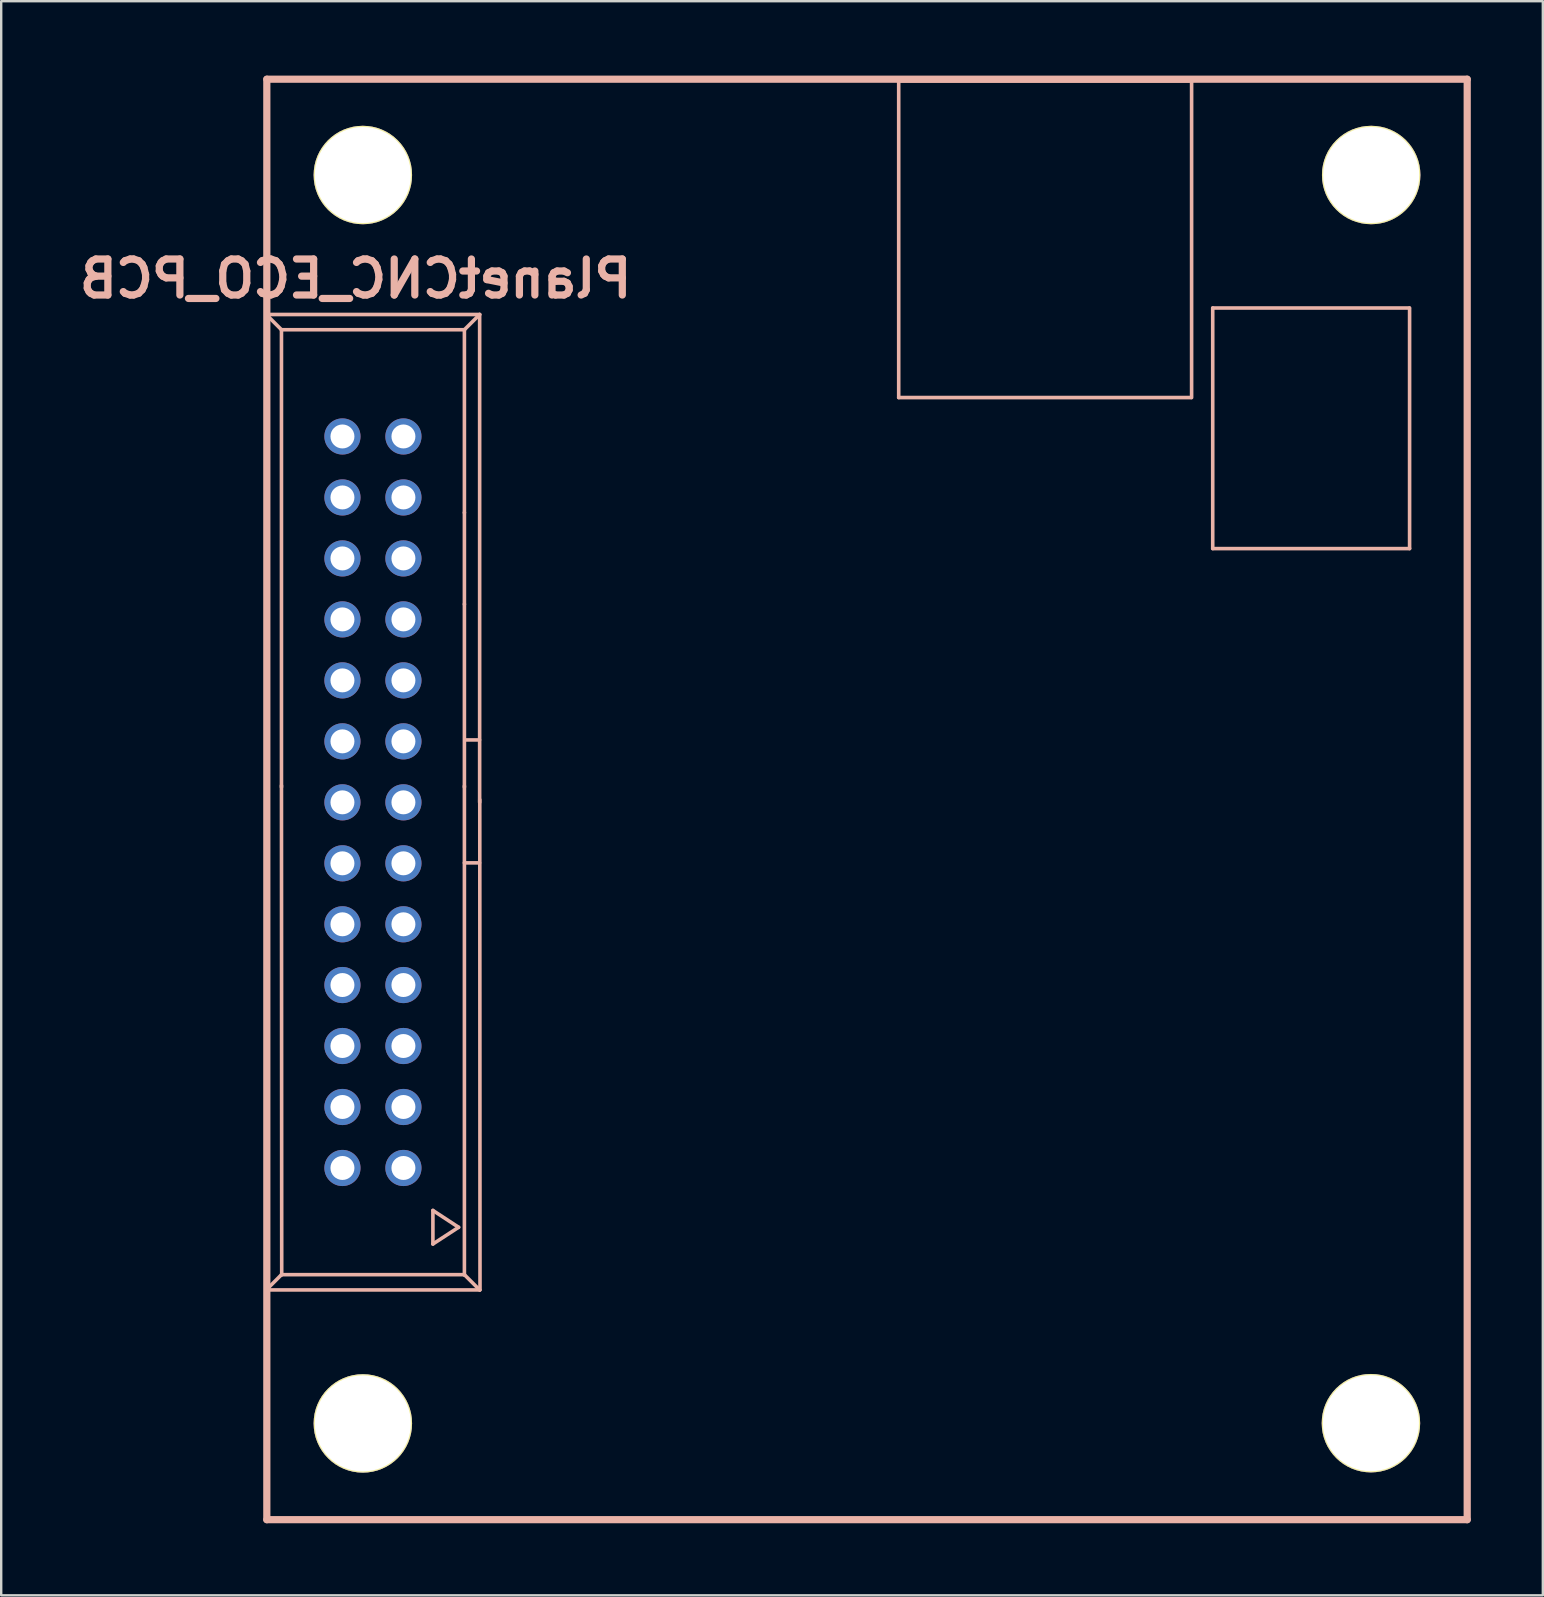
<source format=kicad_pcb>
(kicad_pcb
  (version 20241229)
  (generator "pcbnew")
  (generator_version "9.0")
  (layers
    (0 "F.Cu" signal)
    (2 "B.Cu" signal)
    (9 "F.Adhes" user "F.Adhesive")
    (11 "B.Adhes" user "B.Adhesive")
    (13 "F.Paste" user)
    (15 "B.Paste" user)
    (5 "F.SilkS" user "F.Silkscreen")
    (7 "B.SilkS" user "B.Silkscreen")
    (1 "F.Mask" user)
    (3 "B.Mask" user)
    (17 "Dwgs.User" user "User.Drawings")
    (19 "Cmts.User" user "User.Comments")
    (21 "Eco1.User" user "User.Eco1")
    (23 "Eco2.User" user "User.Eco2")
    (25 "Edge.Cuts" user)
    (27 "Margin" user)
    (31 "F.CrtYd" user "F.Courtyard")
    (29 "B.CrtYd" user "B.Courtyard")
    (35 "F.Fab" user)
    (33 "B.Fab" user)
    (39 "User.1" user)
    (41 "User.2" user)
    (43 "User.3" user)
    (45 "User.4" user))
  (footprint "PlanetCNC_ECO_PCB"
    (layer "F.Cu")
    (at 8.064 0.25)
    (property "Reference" "PlanetCNC_ECO_PCB" (at 3.7 8.31 0) (layer "B.SilkS") (effects (font (size 1.5 1.5) (thickness 0.3)) (justify mirror)))
    (attr exclude_from_pos_files exclude_from_bom)
    (fp_line (start -0.03 9.79) (end -0.03 50.43) (stroke (width 0.15) (type solid)) (layer "B.SilkS"))
    (fp_line (start -0.025 9.8) (end 8.865 9.8) (stroke (width 0.15) (type solid)) (layer "B.SilkS"))
    (fp_line (start -0.025 50.43) (end 8.865 50.43) (stroke (width 0.15) (type solid)) (layer "B.SilkS"))
    (fp_line (start 0 0) (end 0 60) (stroke (width 0.3) (type solid)) (layer "B.SilkS"))
    (fp_line (start 0 0) (end 50 0) (stroke (width 0.3) (type solid)) (layer "B.SilkS"))
    (fp_line (start 0 60) (end 50 60) (stroke (width 0.3) (type solid)) (layer "B.SilkS"))
    (fp_line (start 0.61 10.435) (end -0.025 9.8) (stroke (width 0.15) (type solid)) (layer "B.SilkS"))
    (fp_line (start 0.61 10.435) (end 0.61 29.485) (stroke (width 0.15) (type solid)) (layer "B.SilkS"))
    (fp_line (start 0.61 29.42) (end 0.62 49.8) (stroke (width 0.15) (type solid)) (layer "B.SilkS"))
    (fp_line (start 0.61 49.795) (end -0.025 50.43) (stroke (width 0.15) (type solid)) (layer "B.SilkS"))
    (fp_line (start 0.61 49.795) (end 8.23 49.795) (stroke (width 0.15) (type solid)) (layer "B.SilkS"))
    (fp_line (start 6.918 47.119) (end 6.918 48.518) (stroke (width 0.15) (type solid)) (layer "B.SilkS"))
    (fp_line (start 6.918 48.518) (end 7.988 47.82) (stroke (width 0.15) (type solid)) (layer "B.SilkS"))
    (fp_line (start 7.988 47.82) (end 6.918 47.119) (stroke (width 0.15) (type solid)) (layer "B.SilkS"))
    (fp_line (start 8.23 10.435) (end 0.61 10.435) (stroke (width 0.15) (type solid)) (layer "B.SilkS"))
    (fp_line (start 8.23 10.435) (end 8.865 9.8) (stroke (width 0.15) (type solid)) (layer "B.SilkS"))
    (fp_line (start 8.23 18.05) (end 8.23 21.87) (stroke (width 0.15) (type solid)) (layer "B.SilkS"))
    (fp_line (start 8.23 18.055) (end 8.23 10.435) (stroke (width 0.15) (type solid)) (layer "B.SilkS"))
    (fp_line (start 8.23 29.44) (end 8.23 49.81) (stroke (width 0.15) (type solid)) (layer "B.SilkS"))
    (fp_line (start 8.23 29.485) (end 8.23 21.865) (stroke (width 0.15) (type solid)) (layer "B.SilkS"))
    (fp_line (start 8.23 32.64) (end 8.86 32.64) (stroke (width 0.15) (type solid)) (layer "B.SilkS"))
    (fp_line (start 8.23 49.795) (end 8.865 50.43) (stroke (width 0.15) (type solid)) (layer "B.SilkS"))
    (fp_line (start 8.25 27.52) (end 8.86 27.52) (stroke (width 0.15) (type solid)) (layer "B.SilkS"))
    (fp_line (start 8.865 30.12) (end 8.865 9.8) (stroke (width 0.15) (type solid)) (layer "B.SilkS"))
    (fp_line (start 8.87 30.01) (end 8.88 50.43) (stroke (width 0.15) (type solid)) (layer "B.SilkS"))
    (fp_line (start 26.32 0.07) (end 38.52 0.07) (stroke (width 0.15) (type solid)) (layer "B.SilkS"))
    (fp_line (start 26.32 13.26) (end 26.32 0.06) (stroke (width 0.15) (type solid)) (layer "B.SilkS"))
    (fp_line (start 26.32 13.26) (end 38.5 13.26) (stroke (width 0.15) (type solid)) (layer "B.SilkS"))
    (fp_line (start 38.52 0.07) (end 38.52 13.26) (stroke (width 0.15) (type solid)) (layer "B.SilkS"))
    (fp_line (start 39.4 9.53) (end 39.4 19.55) (stroke (width 0.15) (type solid)) (layer "B.SilkS"))
    (fp_line (start 39.4 19.55) (end 47.6 19.55) (stroke (width 0.15) (type solid)) (layer "B.SilkS"))
    (fp_line (start 47.59 9.53) (end 39.4 9.53) (stroke (width 0.15) (type solid)) (layer "B.SilkS"))
    (fp_line (start 47.6 19.55) (end 47.6 9.53) (stroke (width 0.15) (type solid)) (layer "B.SilkS"))
    (fp_line (start 50 0) (end 50 60) (stroke (width 0.3) (type solid)) (layer "B.SilkS"))
    (pad "" thru_hole circle (at 4 3.99) (size 4.1 4.1) (drill 4) (layers "*.Cu" "*.Mask" "F.SilkS"))
    (pad "" thru_hole circle (at 4 55.99) (size 4.1 4.1) (drill 4) (layers "*.Cu" "*.Mask" "F.SilkS"))
    (pad "" thru_hole circle (at 45.99 55.98) (size 4.1 4.1) (drill 4) (layers "*.Cu" "*.Mask" "F.SilkS"))
    (pad "" thru_hole circle (at 46 3.99) (size 4.1 4.1) (drill 4) (layers "*.Cu" "*.Mask" "F.SilkS"))
    (pad "1" thru_hole circle (at 5.69 45.35 90) (size 1.506 1.506) (drill 0.998) (layers "*.Cu" "*.Mask"))
    (pad "2" thru_hole circle (at 5.69 42.81 90) (size 1.506 1.506) (drill 0.998) (layers "*.Cu" "*.Mask"))
    (pad "3" thru_hole circle (at 5.69 40.27 90) (size 1.506 1.506) (drill 0.998) (layers "*.Cu" "*.Mask"))
    (pad "4" thru_hole circle (at 5.69 37.73 90) (size 1.506 1.506) (drill 0.998) (layers "*.Cu" "*.Mask"))
    (pad "5" thru_hole circle (at 5.69 35.2 90) (size 1.506 1.506) (drill 0.998) (layers "*.Cu" "*.Mask"))
    (pad "6" thru_hole circle (at 5.69 32.66 90) (size 1.506 1.506) (drill 0.998) (layers "*.Cu" "*.Mask"))
    (pad "7" thru_hole circle (at 5.69 30.12 90) (size 1.506 1.506) (drill 0.998) (layers "*.Cu" "*.Mask"))
    (pad "8" thru_hole circle (at 5.69 27.58 90) (size 1.506 1.506) (drill 0.998) (layers "*.Cu" "*.Mask"))
    (pad "9" thru_hole circle (at 5.69 25.04 90) (size 1.506 1.506) (drill 0.998) (layers "*.Cu" "*.Mask"))
    (pad "10" thru_hole circle (at 5.69 22.5 90) (size 1.506 1.506) (drill 0.998) (layers "*.Cu" "*.Mask"))
    (pad "11" thru_hole circle (at 5.69 19.96 90) (size 1.506 1.506) (drill 0.998) (layers "*.Cu" "*.Mask"))
    (pad "12" thru_hole circle (at 5.69 17.42 90) (size 1.506 1.506) (drill 0.998) (layers "*.Cu" "*.Mask"))
    (pad "13" thru_hole circle (at 5.69 14.88 90) (size 1.506 1.506) (drill 0.998) (layers "*.Cu" "*.Mask"))
    (pad "14" thru_hole circle (at 3.15 45.35 90) (size 1.506 1.506) (drill 0.998) (layers "*.Cu" "*.Mask"))
    (pad "15" thru_hole circle (at 3.15 42.81 90) (size 1.506 1.506) (drill 0.998) (layers "*.Cu" "*.Mask"))
    (pad "16" thru_hole circle (at 3.15 40.27 90) (size 1.506 1.506) (drill 0.998) (layers "*.Cu" "*.Mask"))
    (pad "17" thru_hole circle (at 3.15 37.73 90) (size 1.506 1.506) (drill 0.998) (layers "*.Cu" "*.Mask"))
    (pad "18" thru_hole circle (at 3.15 35.2 90) (size 1.506 1.506) (drill 0.998) (layers "*.Cu" "*.Mask"))
    (pad "19" thru_hole circle (at 3.15 32.66 90) (size 1.506 1.506) (drill 0.998) (layers "*.Cu" "*.Mask"))
    (pad "20" thru_hole circle (at 3.15 30.12 90) (size 1.506 1.506) (drill 0.998) (layers "*.Cu" "*.Mask"))
    (pad "21" thru_hole circle (at 3.15 27.58 90) (size 1.506 1.506) (drill 0.998) (layers "*.Cu" "*.Mask"))
    (pad "22" thru_hole circle (at 3.15 25.04 90) (size 1.506 1.506) (drill 0.998) (layers "*.Cu" "*.Mask"))
    (pad "23" thru_hole circle (at 3.15 22.5 90) (size 1.506 1.506) (drill 0.998) (layers "*.Cu" "*.Mask"))
    (pad "24" thru_hole circle (at 3.15 19.96 90) (size 1.506 1.506) (drill 0.998) (layers "*.Cu" "*.Mask"))
    (pad "25" thru_hole circle (at 3.15 17.42 90) (size 1.506 1.506) (drill 0.998) (layers "*.Cu" "*.Mask"))
    (pad "26" thru_hole circle (at 3.15 14.88 90) (size 1.506 1.506) (drill 0.998) (layers "*.Cu" "*.Mask")))
  (gr_rect
    (start -3 -3)
    (end 61.214 63.4)
    (stroke (width 0.1) (type default))
    (fill no)
    (layer "Edge.Cuts")))
</source>
